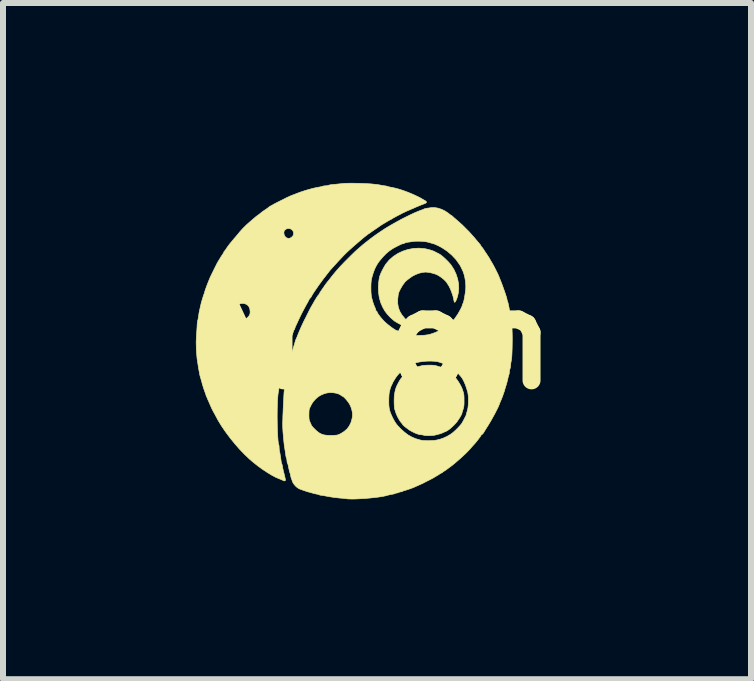
<source format=kicad_pcb>
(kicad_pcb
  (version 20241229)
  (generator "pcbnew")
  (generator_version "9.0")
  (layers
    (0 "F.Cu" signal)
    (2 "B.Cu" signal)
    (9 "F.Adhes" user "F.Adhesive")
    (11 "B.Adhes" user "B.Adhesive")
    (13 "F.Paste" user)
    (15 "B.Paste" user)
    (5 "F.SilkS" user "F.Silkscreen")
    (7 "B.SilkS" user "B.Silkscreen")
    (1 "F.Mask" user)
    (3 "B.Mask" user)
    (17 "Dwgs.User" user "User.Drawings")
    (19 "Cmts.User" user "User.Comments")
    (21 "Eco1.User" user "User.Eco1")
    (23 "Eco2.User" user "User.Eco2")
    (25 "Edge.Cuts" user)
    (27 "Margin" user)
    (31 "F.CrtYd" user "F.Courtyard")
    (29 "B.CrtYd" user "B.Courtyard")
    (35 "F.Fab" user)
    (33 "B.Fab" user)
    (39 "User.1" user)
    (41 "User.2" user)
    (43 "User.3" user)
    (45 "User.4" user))
  (footprint "Moon"
    (layer "F.Cu")
    (at 3.237 2.603)
    (property "Reference" "Moon" (at 0 0 0) (layer "F.SilkS") (effects (font (size 1.524 1.524) (thickness 0.3))))
    (attr through_hole)
    (fp_poly (pts (xy 0.789 -1.507) (xy 0.809 -1.504) (xy 0.88 -1.487) (xy 0.94 -1.467) (xy 0.967 -1.454) (xy 0.992 -1.441) (xy 1.016 -1.429) (xy 1.027 -1.424) (xy 1.055 -1.407) (xy 1.089 -1.381) (xy 1.126 -1.349) (xy 1.163 -1.313) (xy 1.199 -1.276) (xy 1.229 -1.241) (xy 1.238 -1.229) (xy 1.283 -1.158) (xy 1.319 -1.08) (xy 1.345 -0.999) (xy 1.36 -0.918) (xy 1.363 -0.838) (xy 1.356 -0.772) (xy 1.348 -0.734) (xy 1.338 -0.696) (xy 1.326 -0.663) (xy 1.315 -0.637) (xy 1.304 -0.619) (xy 1.295 -0.612) (xy 1.292 -0.613) (xy 1.287 -0.622) (xy 1.283 -0.64) (xy 1.282 -0.644) (xy 1.275 -0.682) (xy 1.263 -0.727) (xy 1.247 -0.773) (xy 1.23 -0.819) (xy 1.211 -0.86) (xy 1.193 -0.894) (xy 1.179 -0.915) (xy 1.17 -0.927) (xy 1.168 -0.932) (xy 1.163 -0.942) (xy 1.149 -0.958) (xy 1.13 -0.978) (xy 1.107 -0.999) (xy 1.083 -1.019) (xy 1.077 -1.023) (xy 1.043 -1.047) (xy 1.011 -1.066) (xy 0.978 -1.081) (xy 0.94 -1.093) (xy 0.893 -1.105) (xy 0.855 -1.112) (xy 0.808 -1.116) (xy 0.754 -1.11) (xy 0.697 -1.096) (xy 0.641 -1.074) (xy 0.591 -1.048) (xy 0.567 -1.032) (xy 0.54 -1.012) (xy 0.513 -0.992) (xy 0.489 -0.972) (xy 0.47 -0.955) (xy 0.459 -0.943) (xy 0.458 -0.941) (xy 0.451 -0.929) (xy 0.442 -0.918) (xy 0.435 -0.909) (xy 0.427 -0.897) (xy 0.416 -0.88) (xy 0.402 -0.855) (xy 0.382 -0.819) (xy 0.379 -0.813) (xy 0.366 -0.785) (xy 0.356 -0.753) (xy 0.354 -0.744) (xy 0.345 -0.663) (xy 0.345 -0.591) (xy 0.356 -0.526) (xy 0.378 -0.465) (xy 0.412 -0.406) (xy 0.459 -0.348) (xy 0.489 -0.317) (xy 0.522 -0.286) (xy 0.548 -0.262) (xy 0.571 -0.244) (xy 0.595 -0.228) (xy 0.601 -0.225) (xy 0.618 -0.212) (xy 0.622 -0.204) (xy 0.613 -0.199) (xy 0.591 -0.197) (xy 0.572 -0.197) (xy 0.542 -0.198) (xy 0.515 -0.2) (xy 0.497 -0.201) (xy 0.497 -0.201) (xy 0.479 -0.206) (xy 0.468 -0.211) (xy 0.455 -0.217) (xy 0.452 -0.218) (xy 0.439 -0.221) (xy 0.417 -0.231) (xy 0.388 -0.244) (xy 0.358 -0.26) (xy 0.328 -0.277) (xy 0.301 -0.293) (xy 0.283 -0.306) (xy 0.281 -0.307) (xy 0.219 -0.362) (xy 0.169 -0.416) (xy 0.128 -0.471) (xy 0.094 -0.532) (xy 0.064 -0.6) (xy 0.055 -0.627) (xy 0.037 -0.695) (xy 0.026 -0.772) (xy 0.022 -0.854) (xy 0.026 -0.935) (xy 0.037 -1.013) (xy 0.043 -1.041) (xy 0.054 -1.072) (xy 0.07 -1.11) (xy 0.091 -1.153) (xy 0.114 -1.195) (xy 0.137 -1.234) (xy 0.149 -1.252) (xy 0.205 -1.319) (xy 0.272 -1.377) (xy 0.347 -1.426) (xy 0.429 -1.465) (xy 0.516 -1.493) (xy 0.606 -1.51) (xy 0.697 -1.515) (xy 0.789 -1.507)) (stroke (width 0.01) (type solid)) (fill yes) (layer "F.SilkS"))
    (fp_poly (pts (xy 0.909 0.436) (xy 0.941 0.438) (xy 0.967 0.441) (xy 0.993 0.448) (xy 1.012 0.454) (xy 1.039 0.462) (xy 1.062 0.468) (xy 1.075 0.472) (xy 1.077 0.472) (xy 1.09 0.477) (xy 1.096 0.483) (xy 1.108 0.492) (xy 1.115 0.493) (xy 1.127 0.498) (xy 1.145 0.508) (xy 1.15 0.512) (xy 1.166 0.523) (xy 1.178 0.529) (xy 1.181 0.53) (xy 1.19 0.535) (xy 1.203 0.547) (xy 1.205 0.549) (xy 1.222 0.564) (xy 1.239 0.574) (xy 1.239 0.574) (xy 1.252 0.582) (xy 1.255 0.59) (xy 1.261 0.6) (xy 1.274 0.61) (xy 1.289 0.623) (xy 1.309 0.646) (xy 1.332 0.676) (xy 1.356 0.711) (xy 1.379 0.748) (xy 1.399 0.785) (xy 1.415 0.818) (xy 1.419 0.83) (xy 1.432 0.867) (xy 1.441 0.896) (xy 1.447 0.924) (xy 1.45 0.953) (xy 1.451 0.989) (xy 1.451 1.024) (xy 1.451 1.067) (xy 1.45 1.099) (xy 1.447 1.125) (xy 1.442 1.148) (xy 1.435 1.173) (xy 1.433 1.179) (xy 1.425 1.205) (xy 1.418 1.227) (xy 1.415 1.24) (xy 1.415 1.241) (xy 1.412 1.25) (xy 1.403 1.269) (xy 1.389 1.294) (xy 1.379 1.312) (xy 1.332 1.382) (xy 1.289 1.43) (xy 1.251 1.466) (xy 1.22 1.494) (xy 1.192 1.515) (xy 1.166 1.532) (xy 1.137 1.546) (xy 1.11 1.556) (xy 1.094 1.564) (xy 1.089 1.567) (xy 1.074 1.573) (xy 1.049 1.581) (xy 1.015 1.59) (xy 0.978 1.6) (xy 0.963 1.603) (xy 0.94 1.607) (xy 0.909 1.609) (xy 0.875 1.611) (xy 0.841 1.611) (xy 0.81 1.609) (xy 0.788 1.607) (xy 0.777 1.604) (xy 0.762 1.599) (xy 0.742 1.597) (xy 0.74 1.597) (xy 0.704 1.592) (xy 0.66 1.579) (xy 0.61 1.557) (xy 0.557 1.529) (xy 0.555 1.528) (xy 0.536 1.516) (xy 0.512 1.498) (xy 0.486 1.479) (xy 0.462 1.46) (xy 0.443 1.443) (xy 0.431 1.431) (xy 0.429 1.428) (xy 0.424 1.42) (xy 0.412 1.404) (xy 0.398 1.388) (xy 0.379 1.362) (xy 0.359 1.328) (xy 0.339 1.29) (xy 0.323 1.254) (xy 0.311 1.223) (xy 0.308 1.212) (xy 0.303 1.192) (xy 0.297 1.179) (xy 0.296 1.178) (xy 0.293 1.166) (xy 0.29 1.143) (xy 0.287 1.112) (xy 0.286 1.075) (xy 0.285 1.036) (xy 0.286 0.997) (xy 0.287 0.963) (xy 0.289 0.94) (xy 0.297 0.89) (xy 0.306 0.848) (xy 0.318 0.81) (xy 0.336 0.769) (xy 0.353 0.736) (xy 0.376 0.694) (xy 0.399 0.66) (xy 0.427 0.627) (xy 0.446 0.607) (xy 0.473 0.581) (xy 0.502 0.556) (xy 0.529 0.537) (xy 0.541 0.529) (xy 0.562 0.516) (xy 0.578 0.506) (xy 0.585 0.5) (xy 0.595 0.494) (xy 0.601 0.493) (xy 0.617 0.489) (xy 0.623 0.485) (xy 0.63 0.48) (xy 0.642 0.475) (xy 0.661 0.468) (xy 0.691 0.46) (xy 0.731 0.449) (xy 0.74 0.446) (xy 0.768 0.441) (xy 0.805 0.438) (xy 0.849 0.436) (xy 0.868 0.436) (xy 0.909 0.436)) (stroke (width 0.01) (type solid)) (fill yes) (layer "F.SilkS"))
    (fp_poly (pts (xy -0.364 -2.597) (xy -0.295 -2.596) (xy -0.225 -2.593) (xy -0.157 -2.59) (xy -0.093 -2.586) (xy -0.036 -2.58) (xy 0.011 -2.575) (xy 0.047 -2.568) (xy 0.051 -2.568) (xy 0.078 -2.562) (xy 0.11 -2.557) (xy 0.123 -2.555) (xy 0.147 -2.552) (xy 0.165 -2.548) (xy 0.171 -2.546) (xy 0.182 -2.542) (xy 0.203 -2.537) (xy 0.218 -2.533) (xy 0.272 -2.523) (xy 0.323 -2.511) (xy 0.375 -2.496) (xy 0.434 -2.477) (xy 0.461 -2.467) (xy 0.513 -2.448) (xy 0.569 -2.425) (xy 0.624 -2.401) (xy 0.675 -2.377) (xy 0.719 -2.355) (xy 0.751 -2.336) (xy 0.772 -2.324) (xy 0.796 -2.31) (xy 0.801 -2.308) (xy 0.82 -2.294) (xy 0.825 -2.28) (xy 0.816 -2.268) (xy 0.792 -2.257) (xy 0.791 -2.256) (xy 0.766 -2.247) (xy 0.742 -2.238) (xy 0.737 -2.236) (xy 0.716 -2.227) (xy 0.691 -2.217) (xy 0.682 -2.213) (xy 0.658 -2.203) (xy 0.628 -2.19) (xy 0.6 -2.177) (xy 0.568 -2.164) (xy 0.536 -2.15) (xy 0.512 -2.14) (xy 0.49 -2.13) (xy 0.471 -2.122) (xy 0.464 -2.118) (xy 0.448 -2.11) (xy 0.443 -2.108) (xy 0.427 -2.101) (xy 0.417 -2.095) (xy 0.405 -2.089) (xy 0.383 -2.077) (xy 0.355 -2.063) (xy 0.334 -2.052) (xy 0.303 -2.035) (xy 0.275 -2.02) (xy 0.254 -2.008) (xy 0.246 -2.002) (xy 0.231 -1.993) (xy 0.222 -1.988) (xy 0.221 -1.988) (xy 0.213 -1.985) (xy 0.196 -1.975) (xy 0.172 -1.961) (xy 0.15 -1.948) (xy 0.118 -1.929) (xy 0.095 -1.915) (xy 0.079 -1.905) (xy 0.066 -1.897) (xy 0.054 -1.889) (xy 0.039 -1.878) (xy 0.026 -1.869) (xy 0.002 -1.852) (xy -0.019 -1.838) (xy -0.033 -1.829) (xy -0.047 -1.819) (xy -0.069 -1.804) (xy -0.091 -1.789) (xy -0.114 -1.772) (xy -0.135 -1.758) (xy -0.149 -1.749) (xy -0.167 -1.735) (xy -0.194 -1.714) (xy -0.229 -1.686) (xy -0.268 -1.653) (xy -0.311 -1.616) (xy -0.355 -1.578) (xy -0.399 -1.54) (xy -0.44 -1.503) (xy -0.478 -1.469) (xy -0.508 -1.441) (xy -0.528 -1.421) (xy -0.555 -1.394) (xy -0.586 -1.361) (xy -0.62 -1.325) (xy -0.656 -1.286) (xy -0.691 -1.248) (xy -0.724 -1.212) (xy -0.753 -1.18) (xy -0.776 -1.154) (xy -0.792 -1.136) (xy -0.795 -1.131) (xy -0.806 -1.117) (xy -0.822 -1.096) (xy -0.843 -1.07) (xy -0.856 -1.052) (xy -0.893 -1.005) (xy -0.93 -0.955) (xy -0.967 -0.904) (xy -1.001 -0.855) (xy -1.032 -0.81) (xy -1.059 -0.77) (xy -1.08 -0.736) (xy -1.093 -0.712) (xy -1.095 -0.708) (xy -1.105 -0.692) (xy -1.117 -0.679) (xy -1.128 -0.667) (xy -1.132 -0.659) (xy -1.136 -0.651) (xy -1.145 -0.633) (xy -1.158 -0.608) (xy -1.171 -0.586) (xy -1.194 -0.544) (xy -1.221 -0.494) (xy -1.249 -0.441) (xy -1.275 -0.389) (xy -1.297 -0.342) (xy -1.304 -0.327) (xy -1.315 -0.304) (xy -1.329 -0.274) (xy -1.343 -0.243) (xy -1.345 -0.239) (xy -1.358 -0.212) (xy -1.367 -0.189) (xy -1.371 -0.175) (xy -1.372 -0.172) (xy -1.377 -0.159) (xy -1.382 -0.152) (xy -1.392 -0.139) (xy -1.393 -0.132) (xy -1.396 -0.12) (xy -1.403 -0.1) (xy -1.413 -0.074) (xy -1.423 -0.046) (xy -1.434 -0.022) (xy -1.442 -0.003) (xy -1.447 0.005) (xy -1.451 0.015) (xy -1.451 0.024) (xy -1.454 0.04) (xy -1.461 0.06) (xy -1.462 0.061) (xy -1.469 0.079) (xy -1.479 0.109) (xy -1.491 0.147) (xy -1.504 0.191) (xy -1.516 0.236) (xy -1.521 0.254) (xy -1.529 0.281) (xy -1.536 0.305) (xy -1.54 0.316) (xy -1.546 0.338) (xy -1.552 0.363) (xy -1.553 0.366) (xy -1.559 0.391) (xy -1.566 0.414) (xy -1.567 0.416) (xy -1.573 0.438) (xy -1.575 0.456) (xy -1.577 0.473) (xy -1.582 0.483) (xy -1.586 0.492) (xy -1.591 0.512) (xy -1.596 0.544) (xy -1.603 0.589) (xy -1.61 0.647) (xy -1.611 0.65) (xy -1.615 0.678) (xy -1.62 0.704) (xy -1.625 0.721) (xy -1.629 0.739) (xy -1.632 0.766) (xy -1.633 0.785) (xy -1.635 0.818) (xy -1.64 0.853) (xy -1.643 0.87) (xy -1.649 0.904) (xy -1.654 0.952) (xy -1.659 1.013) (xy -1.662 1.085) (xy -1.664 1.169) (xy -1.665 1.263) (xy -1.665 1.321) (xy -1.664 1.388) (xy -1.663 1.455) (xy -1.661 1.519) (xy -1.658 1.579) (xy -1.655 1.633) (xy -1.652 1.68) (xy -1.648 1.717) (xy -1.645 1.744) (xy -1.641 1.758) (xy -1.64 1.759) (xy -1.636 1.77) (xy -1.633 1.79) (xy -1.633 1.807) (xy -1.631 1.836) (xy -1.628 1.865) (xy -1.625 1.876) (xy -1.619 1.903) (xy -1.613 1.942) (xy -1.606 1.987) (xy -1.599 2.037) (xy -1.599 2.039) (xy -1.595 2.061) (xy -1.591 2.076) (xy -1.589 2.08) (xy -1.584 2.091) (xy -1.58 2.111) (xy -1.578 2.119) (xy -1.574 2.146) (xy -1.567 2.177) (xy -1.564 2.192) (xy -1.55 2.246) (xy -1.54 2.288) (xy -1.533 2.318) (xy -1.529 2.339) (xy -1.527 2.352) (xy -1.528 2.359) (xy -1.528 2.359) (xy -1.539 2.365) (xy -1.554 2.365) (xy -1.564 2.36) (xy -1.574 2.354) (xy -1.594 2.346) (xy -1.619 2.335) (xy -1.626 2.333) (xy -1.689 2.306) (xy -1.759 2.269) (xy -1.834 2.223) (xy -1.913 2.171) (xy -1.992 2.113) (xy -2.07 2.051) (xy -2.127 2.002) (xy -2.208 1.925) (xy -2.291 1.839) (xy -2.372 1.746) (xy -2.451 1.649) (xy -2.525 1.55) (xy -2.592 1.452) (xy -2.65 1.357) (xy -2.693 1.277) (xy -2.706 1.252) (xy -2.717 1.232) (xy -2.725 1.219) (xy -2.725 1.219) (xy -2.732 1.206) (xy -2.744 1.182) (xy -2.76 1.15) (xy -2.777 1.111) (xy -2.796 1.068) (xy -2.812 1.031) (xy -2.825 1.002) (xy -2.835 0.977) (xy -2.843 0.96) (xy -2.845 0.956) (xy -2.851 0.942) (xy -2.852 0.936) (xy -2.855 0.924) (xy -2.862 0.906) (xy -2.862 0.905) (xy -2.87 0.884) (xy -2.876 0.867) (xy -2.876 0.867) (xy -2.881 0.852) (xy -2.889 0.83) (xy -2.892 0.822) (xy -2.898 0.801) (xy -2.907 0.771) (xy -2.917 0.737) (xy -2.921 0.72) (xy -2.93 0.688) (xy -2.938 0.661) (xy -2.944 0.641) (xy -2.946 0.635) (xy -2.95 0.62) (xy -2.956 0.597) (xy -2.96 0.573) (xy -2.966 0.542) (xy -2.973 0.504) (xy -2.979 0.468) (xy -2.979 0.468) (xy -3.001 0.326) (xy -3.013 0.184) (xy -3.016 0.046) (xy -3.011 -0.051) (xy -3.008 -0.096) (xy -3.005 -0.143) (xy -3.002 -0.187) (xy -3 -0.222) (xy -3 -0.225) (xy -2.998 -0.257) (xy -2.995 -0.284) (xy -2.992 -0.303) (xy -2.99 -0.308) (xy -2.986 -0.322) (xy -2.982 -0.346) (xy -2.977 -0.375) (xy -2.975 -0.385) (xy -2.971 -0.417) (xy -2.966 -0.445) (xy -2.379 -0.445) (xy -2.367 -0.405) (xy -2.355 -0.384) (xy -2.328 -0.355) (xy -2.293 -0.336) (xy -2.253 -0.328) (xy -2.212 -0.332) (xy -2.178 -0.344) (xy -2.16 -0.358) (xy -2.142 -0.377) (xy -2.135 -0.386) (xy -2.123 -0.408) (xy -2.117 -0.429) (xy -2.116 -0.457) (xy -2.116 -0.46) (xy -2.122 -0.507) (xy -2.129 -0.522) (xy -1.594 -0.522) (xy -1.592 -0.486) (xy -1.579 -0.46) (xy -1.558 -0.443) (xy -1.53 -0.437) (xy -1.497 -0.443) (xy -1.469 -0.458) (xy -1.452 -0.477) (xy -1.445 -0.505) (xy -1.444 -0.524) (xy -1.445 -0.548) (xy -1.448 -0.563) (xy -1.455 -0.572) (xy -1.468 -0.581) (xy -1.493 -0.591) (xy -1.525 -0.594) (xy -1.527 -0.593) (xy -1.557 -0.587) (xy -1.578 -0.571) (xy -1.59 -0.544) (xy -1.594 -0.522) (xy -2.129 -0.522) (xy -2.139 -0.544) (xy -2.166 -0.571) (xy -2.203 -0.588) (xy -2.235 -0.594) (xy -2.278 -0.59) (xy -2.315 -0.576) (xy -2.345 -0.552) (xy -2.367 -0.52) (xy -2.378 -0.484) (xy -2.379 -0.445) (xy -2.966 -0.445) (xy -2.966 -0.446) (xy -2.962 -0.468) (xy -2.961 -0.472) (xy -2.956 -0.492) (xy -2.95 -0.52) (xy -2.943 -0.55) (xy -2.943 -0.552) (xy -2.936 -0.581) (xy -2.93 -0.606) (xy -2.925 -0.623) (xy -2.925 -0.624) (xy -2.92 -0.641) (xy -2.912 -0.665) (xy -2.906 -0.686) (xy -2.898 -0.713) (xy -2.889 -0.739) (xy -2.884 -0.752) (xy -2.877 -0.771) (xy -2.874 -0.784) (xy -2.874 -0.785) (xy -2.871 -0.796) (xy -2.864 -0.818) (xy -2.853 -0.849) (xy -2.84 -0.885) (xy -2.825 -0.924) (xy -2.809 -0.963) (xy -2.794 -1.001) (xy -2.78 -1.034) (xy -2.768 -1.059) (xy -2.764 -1.067) (xy -2.759 -1.077) (xy -2.749 -1.098) (xy -2.735 -1.126) (xy -2.719 -1.159) (xy -2.714 -1.168) (xy -2.697 -1.203) (xy -2.682 -1.233) (xy -2.67 -1.257) (xy -2.662 -1.272) (xy -2.661 -1.274) (xy -2.642 -1.306) (xy -2.622 -1.338) (xy -2.603 -1.37) (xy -2.585 -1.397) (xy -2.572 -1.417) (xy -2.564 -1.428) (xy -2.564 -1.428) (xy -2.556 -1.442) (xy -2.555 -1.448) (xy -2.551 -1.458) (xy -2.549 -1.46) (xy -2.542 -1.467) (xy -2.53 -1.483) (xy -2.515 -1.504) (xy -2.512 -1.509) (xy -2.494 -1.536) (xy -2.476 -1.56) (xy -2.463 -1.578) (xy -2.463 -1.578) (xy -2.45 -1.594) (xy -2.43 -1.618) (xy -2.406 -1.647) (xy -2.379 -1.679) (xy -2.35 -1.713) (xy -2.322 -1.746) (xy -2.297 -1.776) (xy -2.295 -1.779) (xy -1.554 -1.779) (xy -1.551 -1.748) (xy -1.54 -1.719) (xy -1.521 -1.696) (xy -1.507 -1.687) (xy -1.48 -1.678) (xy -1.457 -1.68) (xy -1.432 -1.692) (xy -1.428 -1.694) (xy -1.404 -1.718) (xy -1.392 -1.745) (xy -1.391 -1.774) (xy -1.401 -1.8) (xy -1.419 -1.823) (xy -1.446 -1.838) (xy -1.478 -1.843) (xy -1.502 -1.839) (xy -1.526 -1.827) (xy -1.543 -1.811) (xy -1.546 -1.807) (xy -1.554 -1.779) (xy -2.295 -1.779) (xy -2.276 -1.801) (xy -2.26 -1.819) (xy -2.254 -1.826) (xy -2.23 -1.851) (xy -2.206 -1.875) (xy -2.186 -1.895) (xy -2.172 -1.908) (xy -2.171 -1.909) (xy -2.122 -1.952) (xy -2.079 -1.989) (xy -2.043 -2.02) (xy -2.017 -2.042) (xy -1.999 -2.056) (xy -1.992 -2.061) (xy -1.992 -2.061) (xy -1.983 -2.066) (xy -1.965 -2.08) (xy -1.938 -2.102) (xy -1.923 -2.114) (xy -1.912 -2.123) (xy -1.893 -2.136) (xy -1.868 -2.153) (xy -1.86 -2.158) (xy -1.835 -2.175) (xy -1.816 -2.189) (xy -1.804 -2.198) (xy -1.803 -2.2) (xy -1.793 -2.208) (xy -1.783 -2.214) (xy -1.769 -2.221) (xy -1.747 -2.233) (xy -1.724 -2.246) (xy -1.703 -2.258) (xy -1.672 -2.274) (xy -1.634 -2.293) (xy -1.592 -2.314) (xy -1.55 -2.335) (xy -1.511 -2.355) (xy -1.476 -2.371) (xy -1.451 -2.383) (xy -1.448 -2.384) (xy -1.432 -2.391) (xy -1.406 -2.401) (xy -1.374 -2.413) (xy -1.339 -2.427) (xy -1.306 -2.439) (xy -1.288 -2.446) (xy -1.241 -2.462) (xy -1.188 -2.479) (xy -1.132 -2.495) (xy -1.077 -2.51) (xy -1.026 -2.522) (xy -0.984 -2.53) (xy -0.967 -2.533) (xy -0.941 -2.538) (xy -0.919 -2.543) (xy -0.908 -2.547) (xy -0.892 -2.552) (xy -0.869 -2.554) (xy -0.86 -2.555) (xy -0.836 -2.556) (xy -0.815 -2.561) (xy -0.811 -2.563) (xy -0.796 -2.568) (xy -0.772 -2.572) (xy -0.742 -2.576) (xy -0.726 -2.577) (xy -0.684 -2.581) (xy -0.637 -2.586) (xy -0.594 -2.59) (xy -0.588 -2.591) (xy -0.545 -2.595) (xy -0.492 -2.597) (xy -0.431 -2.598) (xy -0.364 -2.597)) (stroke (width 0.01) (type solid)) (fill yes) (layer "F.SilkS"))
    (fp_poly (pts (xy 1.014 -2.183) (xy 1.073 -2.164) (xy 1.13 -2.137) (xy 1.183 -2.102) (xy 1.192 -2.095) (xy 1.213 -2.078) (xy 1.23 -2.066) (xy 1.239 -2.061) (xy 1.239 -2.061) (xy 1.248 -2.056) (xy 1.257 -2.048) (xy 1.269 -2.037) (xy 1.287 -2.02) (xy 1.303 -2.007) (xy 1.423 -1.901) (xy 1.534 -1.79) (xy 1.632 -1.68) (xy 1.657 -1.649) (xy 1.681 -1.621) (xy 1.701 -1.598) (xy 1.714 -1.582) (xy 1.716 -1.58) (xy 1.728 -1.564) (xy 1.734 -1.551) (xy 1.734 -1.549) (xy 1.738 -1.54) (xy 1.741 -1.539) (xy 1.748 -1.533) (xy 1.76 -1.518) (xy 1.772 -1.501) (xy 1.787 -1.478) (xy 1.8 -1.458) (xy 1.807 -1.447) (xy 1.832 -1.411) (xy 1.853 -1.378) (xy 1.871 -1.351) (xy 1.882 -1.331) (xy 1.887 -1.322) (xy 1.887 -1.322) (xy 1.891 -1.313) (xy 1.901 -1.297) (xy 1.907 -1.287) (xy 1.918 -1.269) (xy 1.934 -1.241) (xy 1.953 -1.206) (xy 1.973 -1.167) (xy 1.993 -1.127) (xy 2.012 -1.089) (xy 2.027 -1.056) (xy 2.03 -1.049) (xy 2.049 -1.001) (xy 2.07 -0.949) (xy 2.09 -0.896) (xy 2.109 -0.843) (xy 2.127 -0.792) (xy 2.143 -0.745) (xy 2.156 -0.705) (xy 2.165 -0.673) (xy 2.169 -0.652) (xy 2.17 -0.647) (xy 2.173 -0.633) (xy 2.175 -0.628) (xy 2.18 -0.618) (xy 2.186 -0.596) (xy 2.193 -0.564) (xy 2.201 -0.525) (xy 2.206 -0.493) (xy 2.211 -0.466) (xy 2.217 -0.442) (xy 2.22 -0.432) (xy 2.225 -0.414) (xy 2.227 -0.389) (xy 2.228 -0.367) (xy 2.229 -0.342) (xy 2.232 -0.323) (xy 2.236 -0.314) (xy 2.241 -0.302) (xy 2.245 -0.278) (xy 2.248 -0.243) (xy 2.25 -0.198) (xy 2.252 -0.147) (xy 2.254 -0.09) (xy 2.255 -0.03) (xy 2.255 0.032) (xy 2.254 0.094) (xy 2.253 0.155) (xy 2.251 0.211) (xy 2.249 0.262) (xy 2.246 0.305) (xy 2.242 0.339) (xy 2.239 0.359) (xy 2.233 0.389) (xy 2.229 0.42) (xy 2.228 0.435) (xy 2.225 0.464) (xy 2.219 0.492) (xy 2.217 0.497) (xy 2.21 0.523) (xy 2.207 0.55) (xy 2.206 0.553) (xy 2.205 0.575) (xy 2.2 0.592) (xy 2.2 0.593) (xy 2.195 0.606) (xy 2.189 0.629) (xy 2.182 0.657) (xy 2.181 0.664) (xy 2.172 0.701) (xy 2.162 0.74) (xy 2.152 0.773) (xy 2.143 0.801) (xy 2.135 0.827) (xy 2.13 0.845) (xy 2.13 0.845) (xy 2.126 0.861) (xy 2.118 0.885) (xy 2.107 0.915) (xy 2.096 0.948) (xy 2.084 0.979) (xy 2.073 1.006) (xy 2.065 1.026) (xy 2.061 1.034) (xy 2.055 1.046) (xy 2.05 1.06) (xy 2.038 1.092) (xy 2.02 1.135) (xy 1.995 1.185) (xy 1.966 1.242) (xy 1.933 1.302) (xy 1.898 1.365) (xy 1.861 1.427) (xy 1.832 1.473) (xy 1.812 1.505) (xy 1.794 1.534) (xy 1.78 1.557) (xy 1.771 1.571) (xy 1.771 1.572) (xy 1.758 1.586) (xy 1.747 1.593) (xy 1.736 1.602) (xy 1.734 1.607) (xy 1.73 1.615) (xy 1.719 1.632) (xy 1.702 1.654) (xy 1.683 1.68) (xy 1.663 1.705) (xy 1.644 1.728) (xy 1.629 1.746) (xy 1.62 1.756) (xy 1.619 1.756) (xy 1.613 1.763) (xy 1.599 1.778) (xy 1.581 1.799) (xy 1.572 1.809) (xy 1.549 1.836) (xy 1.525 1.861) (xy 1.505 1.882) (xy 1.502 1.885) (xy 1.463 1.923) (xy 1.431 1.953) (xy 1.403 1.979) (xy 1.376 2.003) (xy 1.346 2.029) (xy 1.342 2.032) (xy 1.31 2.06) (xy 1.286 2.08) (xy 1.268 2.095) (xy 1.253 2.107) (xy 1.239 2.118) (xy 1.222 2.13) (xy 1.217 2.134) (xy 1.192 2.152) (xy 1.167 2.171) (xy 1.155 2.18) (xy 1.135 2.194) (xy 1.117 2.205) (xy 1.112 2.207) (xy 1.1 2.214) (xy 1.096 2.22) (xy 1.09 2.227) (xy 1.079 2.232) (xy 1.062 2.24) (xy 1.043 2.252) (xy 1.041 2.253) (xy 1.024 2.265) (xy 1.01 2.274) (xy 1.009 2.274) (xy 0.997 2.281) (xy 0.978 2.292) (xy 0.965 2.3) (xy 0.944 2.313) (xy 0.915 2.329) (xy 0.882 2.346) (xy 0.864 2.355) (xy 0.834 2.37) (xy 0.808 2.383) (xy 0.79 2.392) (xy 0.784 2.396) (xy 0.773 2.402) (xy 0.753 2.411) (xy 0.723 2.425) (xy 0.683 2.443) (xy 0.63 2.466) (xy 0.62 2.471) (xy 0.59 2.483) (xy 0.553 2.497) (xy 0.514 2.51) (xy 0.48 2.521) (xy 0.462 2.526) (xy 0.442 2.532) (xy 0.427 2.538) (xy 0.424 2.541) (xy 0.415 2.546) (xy 0.401 2.548) (xy 0.379 2.551) (xy 0.363 2.558) (xy 0.342 2.566) (xy 0.325 2.569) (xy 0.309 2.571) (xy 0.302 2.575) (xy 0.293 2.58) (xy 0.274 2.585) (xy 0.263 2.587) (xy 0.228 2.593) (xy 0.189 2.602) (xy 0.145 2.614) (xy 0.109 2.622) (xy 0.062 2.63) (xy 0.007 2.638) (xy -0.055 2.645) (xy -0.121 2.652) (xy -0.189 2.658) (xy -0.256 2.662) (xy -0.321 2.666) (xy -0.38 2.668) (xy -0.433 2.668) (xy -0.476 2.667) (xy -0.507 2.664) (xy -0.512 2.663) (xy -0.532 2.66) (xy -0.561 2.657) (xy -0.596 2.654) (xy -0.613 2.653) (xy -0.697 2.644) (xy -0.792 2.63) (xy -0.867 2.616) (xy -0.896 2.61) (xy -0.921 2.607) (xy -0.938 2.605) (xy -0.953 2.603) (xy -0.961 2.599) (xy -0.97 2.594) (xy -0.988 2.589) (xy -0.992 2.589) (xy -1.027 2.582) (xy -1.067 2.572) (xy -1.106 2.561) (xy -1.107 2.56) (xy -1.129 2.554) (xy -1.147 2.55) (xy -1.167 2.544) (xy -1.179 2.54) (xy -1.194 2.535) (xy -1.217 2.527) (xy -1.234 2.521) (xy -1.261 2.512) (xy -1.287 2.502) (xy -1.299 2.497) (xy -1.327 2.48) (xy -1.356 2.455) (xy -1.382 2.425) (xy -1.402 2.396) (xy -1.409 2.38) (xy -1.418 2.354) (xy -1.427 2.328) (xy -1.43 2.322) (xy -1.437 2.297) (xy -1.442 2.271) (xy -1.446 2.25) (xy -1.452 2.232) (xy -1.452 2.232) (xy -1.458 2.215) (xy -1.465 2.186) (xy -1.474 2.144) (xy -1.48 2.115) (xy -1.485 2.092) (xy -1.492 2.073) (xy -1.494 2.071) (xy -1.5 2.052) (xy -1.502 2.03) (xy -1.502 2.028) (xy -1.504 2.006) (xy -1.509 1.989) (xy -1.51 1.988) (xy -1.515 1.974) (xy -1.52 1.95) (xy -1.524 1.922) (xy -1.524 1.921) (xy -1.529 1.887) (xy -1.535 1.847) (xy -1.541 1.81) (xy -1.542 1.807) (xy -1.546 1.78) (xy -1.55 1.743) (xy -1.555 1.697) (xy -1.56 1.648) (xy -1.564 1.597) (xy -1.564 1.593) (xy -1.568 1.552) (xy -1.57 1.516) (xy -1.572 1.484) (xy -1.573 1.451) (xy -1.573 1.417) (xy -1.573 1.38) (xy -1.571 1.336) (xy -1.57 1.283) (xy -1.569 1.262) (xy -1.136 1.262) (xy -1.135 1.3) (xy -1.134 1.327) (xy -1.131 1.347) (xy -1.126 1.365) (xy -1.118 1.383) (xy -1.116 1.388) (xy -1.105 1.411) (xy -1.098 1.429) (xy -1.096 1.437) (xy -1.091 1.445) (xy -1.078 1.461) (xy -1.059 1.482) (xy -1.039 1.502) (xy -1 1.539) (xy -0.962 1.567) (xy -0.923 1.587) (xy -0.88 1.6) (xy -0.83 1.606) (xy -0.771 1.608) (xy -0.737 1.607) (xy -0.7 1.605) (xy -0.673 1.603) (xy -0.653 1.598) (xy -0.634 1.591) (xy -0.612 1.581) (xy -0.611 1.581) (xy -0.55 1.543) (xy -0.501 1.501) (xy -0.464 1.452) (xy -0.436 1.396) (xy -0.431 1.38) (xy -0.417 1.33) (xy -0.41 1.288) (xy -0.409 1.25) (xy -0.414 1.211) (xy -0.417 1.196) (xy -0.429 1.151) (xy -0.443 1.115) (xy -0.461 1.081) (xy -0.475 1.06) (xy -0.491 1.038) (xy -0.494 1.034) (xy 0.196 1.034) (xy 0.197 1.088) (xy 0.2 1.132) (xy 0.206 1.171) (xy 0.216 1.209) (xy 0.231 1.249) (xy 0.252 1.296) (xy 0.262 1.317) (xy 0.287 1.363) (xy 0.312 1.403) (xy 0.341 1.441) (xy 0.378 1.48) (xy 0.396 1.499) (xy 0.458 1.554) (xy 0.517 1.599) (xy 0.577 1.633) (xy 0.641 1.661) (xy 0.713 1.682) (xy 0.737 1.688) (xy 0.765 1.692) (xy 0.804 1.694) (xy 0.848 1.695) (xy 0.895 1.694) (xy 0.939 1.692) (xy 0.976 1.688) (xy 0.994 1.685) (xy 1.057 1.669) (xy 1.113 1.649) (xy 1.167 1.624) (xy 1.223 1.591) (xy 1.234 1.584) (xy 1.258 1.566) (xy 1.287 1.541) (xy 1.32 1.511) (xy 1.351 1.479) (xy 1.38 1.448) (xy 1.404 1.42) (xy 1.419 1.398) (xy 1.42 1.397) (xy 1.443 1.354) (xy 1.46 1.322) (xy 1.472 1.298) (xy 1.481 1.281) (xy 1.486 1.268) (xy 1.488 1.259) (xy 1.493 1.241) (xy 1.5 1.215) (xy 1.508 1.186) (xy 1.509 1.183) (xy 1.517 1.143) (xy 1.522 1.094) (xy 1.524 1.039) (xy 1.524 0.985) (xy 1.52 0.935) (xy 1.514 0.894) (xy 1.513 0.889) (xy 1.494 0.825) (xy 1.473 0.764) (xy 1.45 0.71) (xy 1.426 0.664) (xy 1.404 0.632) (xy 1.372 0.595) (xy 1.34 0.56) (xy 1.309 0.529) (xy 1.283 0.504) (xy 1.261 0.487) (xy 1.246 0.479) (xy 1.244 0.479) (xy 1.236 0.475) (xy 1.222 0.465) (xy 1.217 0.462) (xy 1.185 0.442) (xy 1.145 0.423) (xy 1.1 0.406) (xy 1.099 0.406) (xy 1.076 0.399) (xy 1.055 0.391) (xy 1.052 0.39) (xy 1.011 0.378) (xy 0.959 0.371) (xy 0.899 0.368) (xy 0.835 0.369) (xy 0.77 0.374) (xy 0.707 0.383) (xy 0.653 0.395) (xy 0.628 0.404) (xy 0.597 0.416) (xy 0.566 0.431) (xy 0.537 0.445) (xy 0.514 0.459) (xy 0.5 0.469) (xy 0.5 0.469) (xy 0.49 0.478) (xy 0.485 0.479) (xy 0.472 0.484) (xy 0.452 0.498) (xy 0.427 0.519) (xy 0.399 0.544) (xy 0.372 0.571) (xy 0.346 0.599) (xy 0.326 0.625) (xy 0.323 0.629) (xy 0.311 0.646) (xy 0.297 0.668) (xy 0.283 0.691) (xy 0.271 0.711) (xy 0.263 0.725) (xy 0.261 0.73) (xy 0.258 0.737) (xy 0.251 0.754) (xy 0.242 0.771) (xy 0.23 0.798) (xy 0.221 0.825) (xy 0.217 0.838) (xy 0.211 0.866) (xy 0.204 0.894) (xy 0.204 0.896) (xy 0.201 0.914) (xy 0.199 0.943) (xy 0.197 0.979) (xy 0.196 1.019) (xy 0.196 1.034) (xy -0.494 1.034) (xy -0.51 1.014) (xy -0.53 0.992) (xy -0.549 0.973) (xy -0.563 0.961) (xy -0.569 0.958) (xy -0.579 0.954) (xy -0.587 0.948) (xy -0.628 0.921) (xy -0.679 0.904) (xy -0.736 0.895) (xy -0.789 0.894) (xy -0.838 0.9) (xy -0.886 0.914) (xy -0.939 0.937) (xy -0.98 0.962) (xy -1.022 0.998) (xy -1.06 1.04) (xy -1.09 1.084) (xy -1.099 1.102) (xy -1.111 1.127) (xy -1.122 1.149) (xy -1.127 1.16) (xy -1.131 1.175) (xy -1.134 1.201) (xy -1.135 1.235) (xy -1.136 1.262) (xy -1.569 1.262) (xy -1.567 1.22) (xy -1.565 1.168) (xy -1.561 1.084) (xy -1.557 1.012) (xy -1.554 0.951) (xy -1.551 0.899) (xy -1.547 0.855) (xy -1.544 0.816) (xy -1.539 0.781) (xy -1.535 0.749) (xy -1.532 0.729) (xy -1.521 0.665) (xy -1.512 0.61) (xy -1.504 0.564) (xy -1.497 0.53) (xy -1.493 0.512) (xy -1.487 0.484) (xy -1.481 0.455) (xy -1.48 0.454) (xy -1.47 0.408) (xy -1.462 0.374) (xy -1.457 0.351) (xy -1.453 0.336) (xy -1.45 0.327) (xy -1.45 0.327) (xy -1.445 0.311) (xy -1.442 0.298) (xy -1.437 0.277) (xy -1.431 0.258) (xy -1.418 0.219) (xy -1.405 0.178) (xy -1.393 0.138) (xy -1.382 0.102) (xy -1.373 0.072) (xy -1.367 0.05) (xy -1.364 0.039) (xy -1.364 0.039) (xy -1.361 0.027) (xy -1.354 0.01) (xy -1.347 -0.005) (xy -1.336 -0.03) (xy -1.324 -0.061) (xy -1.313 -0.087) (xy -1.298 -0.125) (xy -1.281 -0.164) (xy -1.266 -0.198) (xy -1.259 -0.214) (xy -1.246 -0.241) (xy -1.235 -0.265) (xy -1.227 -0.282) (xy -1.227 -0.283) (xy -1.218 -0.301) (xy -1.212 -0.312) (xy -1.207 -0.323) (xy -1.196 -0.343) (xy -1.182 -0.371) (xy -1.172 -0.392) (xy -1.154 -0.428) (xy -1.141 -0.455) (xy -1.129 -0.478) (xy -1.119 -0.498) (xy -1.107 -0.52) (xy -1.093 -0.545) (xy -1.074 -0.578) (xy -1.054 -0.613) (xy -1.034 -0.648) (xy -1.014 -0.68) (xy -0.998 -0.706) (xy -0.986 -0.723) (xy -0.983 -0.726) (xy -0.971 -0.74) (xy -0.965 -0.749) (xy -0.965 -0.75) (xy -0.961 -0.758) (xy -0.951 -0.775) (xy -0.935 -0.799) (xy -0.917 -0.826) (xy -0.902 -0.848) (xy -0.102 -0.848) (xy -0.101 -0.788) (xy -0.098 -0.743) (xy -0.094 -0.709) (xy -0.091 -0.694) (xy -0.083 -0.665) (xy -0.074 -0.632) (xy -0.068 -0.613) (xy -0.058 -0.582) (xy -0.046 -0.551) (xy -0.039 -0.535) (xy -0.029 -0.512) (xy -0.023 -0.493) (xy -0.022 -0.485) (xy -0.017 -0.472) (xy -0.011 -0.467) (xy -0.001 -0.459) (xy 0 -0.454) (xy 0.005 -0.441) (xy 0.017 -0.42) (xy 0.036 -0.394) (xy 0.059 -0.364) (xy 0.084 -0.334) (xy 0.11 -0.305) (xy 0.128 -0.287) (xy 0.153 -0.264) (xy 0.182 -0.24) (xy 0.214 -0.215) (xy 0.245 -0.191) (xy 0.275 -0.171) (xy 0.299 -0.155) (xy 0.316 -0.146) (xy 0.322 -0.145) (xy 0.335 -0.141) (xy 0.338 -0.139) (xy 0.351 -0.13) (xy 0.375 -0.119) (xy 0.406 -0.107) (xy 0.44 -0.095) (xy 0.475 -0.085) (xy 0.506 -0.076) (xy 0.524 -0.073) (xy 0.551 -0.068) (xy 0.574 -0.064) (xy 0.587 -0.062) (xy 0.588 -0.062) (xy 0.604 -0.06) (xy 0.632 -0.059) (xy 0.666 -0.059) (xy 0.704 -0.06) (xy 0.741 -0.061) (xy 0.775 -0.062) (xy 0.801 -0.064) (xy 0.806 -0.065) (xy 0.849 -0.071) (xy 0.888 -0.08) (xy 0.928 -0.093) (xy 0.974 -0.11) (xy 1.001 -0.122) (xy 1.089 -0.165) (xy 1.166 -0.214) (xy 1.234 -0.271) (xy 1.294 -0.338) (xy 1.348 -0.416) (xy 1.391 -0.492) (xy 1.405 -0.52) (xy 1.416 -0.544) (xy 1.422 -0.561) (xy 1.422 -0.565) (xy 1.426 -0.58) (xy 1.433 -0.592) (xy 1.44 -0.608) (xy 1.447 -0.635) (xy 1.455 -0.67) (xy 1.462 -0.711) (xy 1.469 -0.755) (xy 1.475 -0.798) (xy 1.479 -0.838) (xy 1.48 -0.872) (xy 1.48 -0.878) (xy 1.478 -0.926) (xy 1.472 -0.978) (xy 1.463 -1.03) (xy 1.451 -1.078) (xy 1.438 -1.117) (xy 1.436 -1.123) (xy 1.419 -1.159) (xy 1.407 -1.185) (xy 1.397 -1.205) (xy 1.388 -1.222) (xy 1.378 -1.239) (xy 1.374 -1.244) (xy 1.317 -1.325) (xy 1.247 -1.399) (xy 1.168 -1.466) (xy 1.082 -1.523) (xy 1.034 -1.549) (xy 1.002 -1.564) (xy 0.973 -1.577) (xy 0.952 -1.586) (xy 0.94 -1.589) (xy 0.94 -1.589) (xy 0.925 -1.592) (xy 0.905 -1.599) (xy 0.905 -1.599) (xy 0.867 -1.611) (xy 0.82 -1.621) (xy 0.765 -1.628) (xy 0.709 -1.631) (xy 0.654 -1.631) (xy 0.605 -1.628) (xy 0.59 -1.625) (xy 0.559 -1.62) (xy 0.528 -1.616) (xy 0.508 -1.613) (xy 0.485 -1.609) (xy 0.465 -1.602) (xy 0.461 -1.599) (xy 0.444 -1.591) (xy 0.434 -1.589) (xy 0.416 -1.586) (xy 0.408 -1.583) (xy 0.397 -1.577) (xy 0.375 -1.567) (xy 0.348 -1.553) (xy 0.326 -1.543) (xy 0.266 -1.51) (xy 0.21 -1.473) (xy 0.158 -1.43) (xy 0.106 -1.378) (xy 0.053 -1.316) (xy 0.024 -1.279) (xy -0.008 -1.229) (xy -0.039 -1.167) (xy -0.065 -1.096) (xy -0.084 -1.032) (xy -0.091 -1.003) (xy -0.096 -0.976) (xy -0.099 -0.948) (xy -0.101 -0.914) (xy -0.102 -0.872) (xy -0.102 -0.848) (xy -0.902 -0.848) (xy -0.896 -0.856) (xy -0.877 -0.884) (xy -0.861 -0.906) (xy -0.853 -0.918) (xy -0.838 -0.938) (xy -0.824 -0.956) (xy -0.824 -0.956) (xy -0.811 -0.971) (xy -0.794 -0.992) (xy -0.787 -1.001) (xy -0.76 -1.037) (xy -0.726 -1.079) (xy -0.689 -1.124) (xy -0.652 -1.167) (xy -0.632 -1.189) (xy -0.609 -1.214) (xy -0.579 -1.245) (xy -0.545 -1.281) (xy -0.507 -1.319) (xy -0.468 -1.358) (xy -0.43 -1.396) (xy -0.396 -1.429) (xy -0.366 -1.458) (xy -0.343 -1.479) (xy -0.335 -1.486) (xy -0.311 -1.506) (xy -0.284 -1.53) (xy -0.266 -1.546) (xy -0.236 -1.572) (xy -0.197 -1.603) (xy -0.154 -1.637) (xy -0.109 -1.672) (xy -0.065 -1.705) (xy -0.026 -1.733) (xy -0.003 -1.749) (xy 0.01 -1.758) (xy 0.032 -1.773) (xy 0.057 -1.79) (xy 0.066 -1.796) (xy 0.092 -1.813) (xy 0.114 -1.828) (xy 0.129 -1.838) (xy 0.132 -1.84) (xy 0.143 -1.846) (xy 0.163 -1.859) (xy 0.19 -1.875) (xy 0.212 -1.888) (xy 0.274 -1.924) (xy 0.342 -1.962) (xy 0.412 -2) (xy 0.484 -2.036) (xy 0.553 -2.07) (xy 0.619 -2.101) (xy 0.678 -2.126) (xy 0.728 -2.146) (xy 0.744 -2.151) (xy 0.766 -2.159) (xy 0.782 -2.167) (xy 0.787 -2.169) (xy 0.799 -2.174) (xy 0.818 -2.178) (xy 0.827 -2.18) (xy 0.853 -2.183) (xy 0.885 -2.188) (xy 0.906 -2.191) (xy 0.957 -2.192) (xy 1.014 -2.183)) (stroke (width 0.01) (type solid)) (fill yes) (layer "F.SilkS")))
  (gr_rect
    (start -3 -3)
    (end 9.473 8.276)
    (stroke (width 0.1) (type default))
    (fill no)
    (layer "Edge.Cuts")))
</source>
